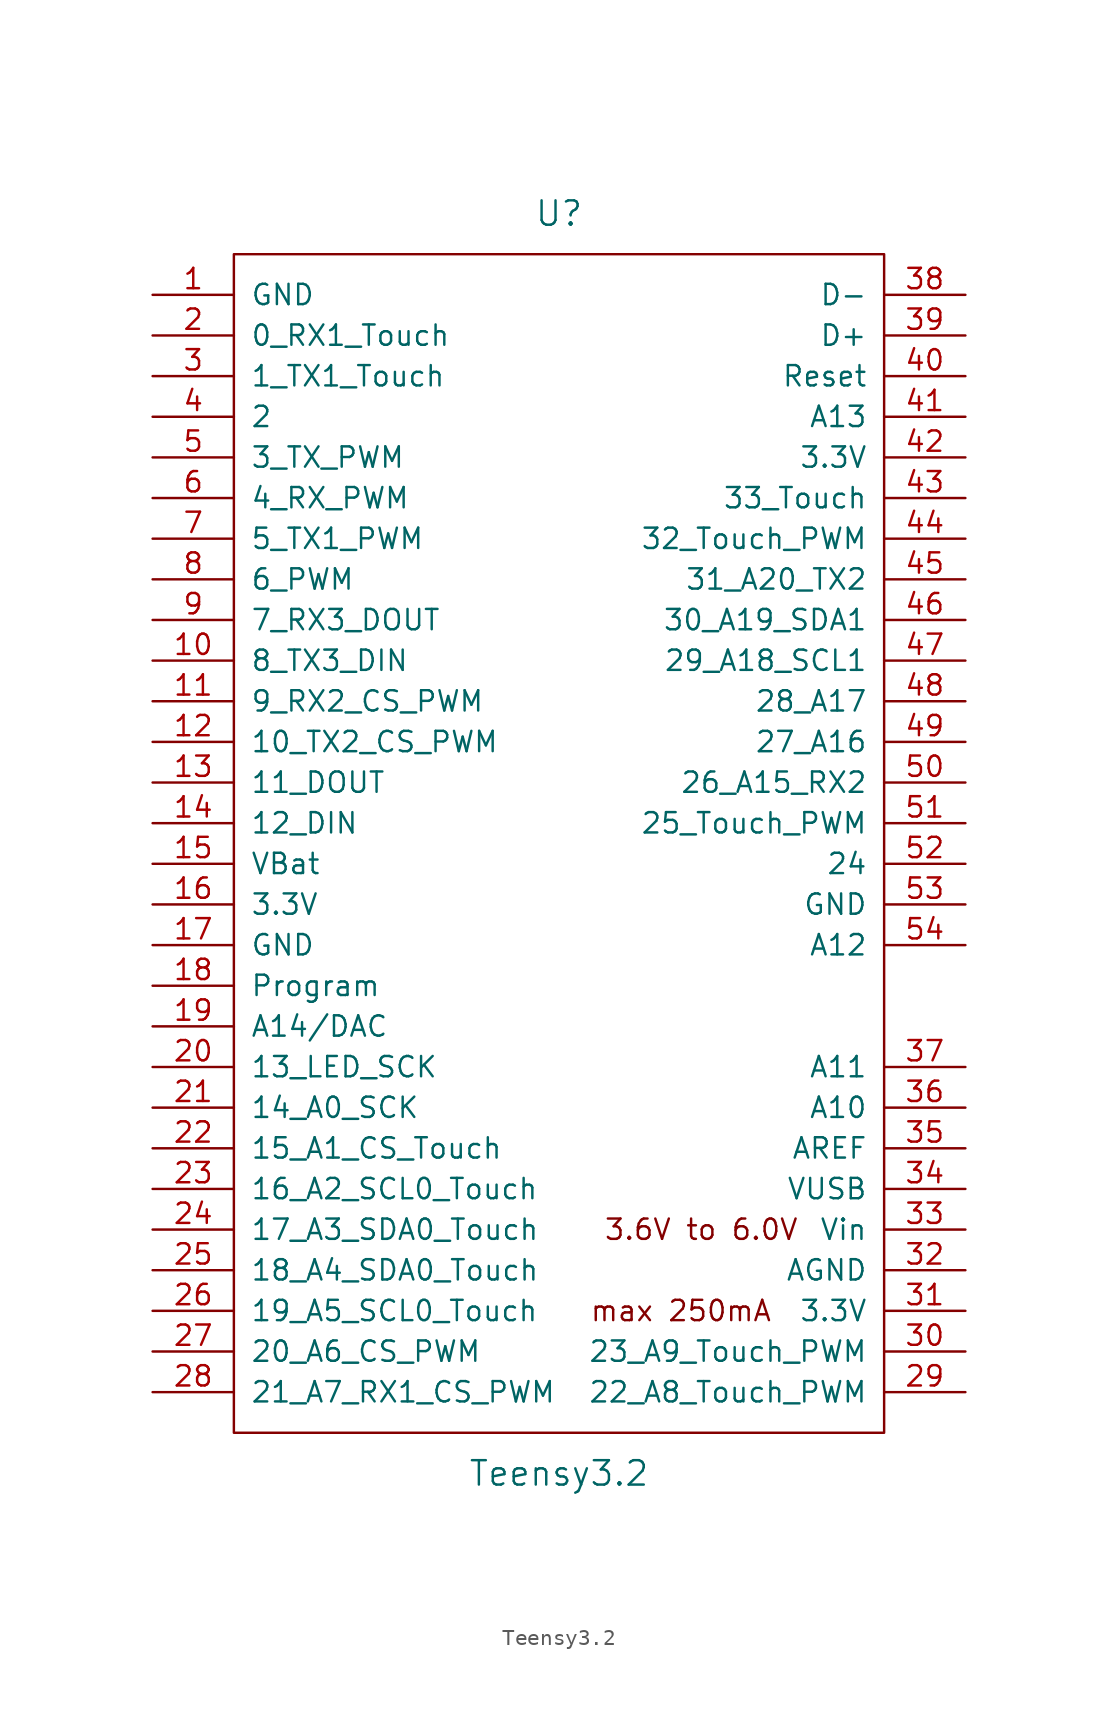
<source format=kicad_sym>
(kicad_symbol_lib
  (version 20201005)
  (generator kicad_symbol_editor)
  (symbol "teensy:Teensy3.2"
    (pin_names
      (offset 1.016))
    (property "Reference" "U"
      (at 0 39.37 0)
      (effects (font (size 1.524 1.524))))
    (property "Value" "Teensy3.2"
      (at 0 -39.37 0)
      (effects (font (size 1.524 1.524))))
    (property "Footprint" ""
      (at 0 -19.05 0)
      (effects (font (size 1.524 1.524))))
    (property "Datasheet" ""
      (at 0 -19.05 0)
      (effects (font (size 1.524 1.524))))
    (symbol "Teensy3.2_0_0"
      (text "3.6V to 6.0V" (at 8.89 -24.13 0) (effects (font (size 1.27 1.27))))
      (text "max 250mA" (at 7.62 -29.21 0) (effects (font (size 1.27 1.27)))))
    (symbol "Teensy3.2_0_1"
      (rectangle (start -20.32 -36.83) (end 20.32 36.83) (stroke (width 0)) (fill (type none))))
    (symbol "Teensy3.2_1_1"
      (pin power_in line (at -25.4 34.29 0) (length 5.08) (name "GND" (effects (font (size 1.27 1.27)))) (number "1" (effects (font (size 1.27 1.27)))))
      (pin bidirectional line (at -25.4 11.43 0) (length 5.08) (name "8_TX3_DIN" (effects (font (size 1.27 1.27)))) (number "10" (effects (font (size 1.27 1.27)))))
      (pin bidirectional line (at -25.4 8.89 0) (length 5.08) (name "9_RX2_CS_PWM" (effects (font (size 1.27 1.27)))) (number "11" (effects (font (size 1.27 1.27)))))
      (pin bidirectional line (at -25.4 6.35 0) (length 5.08) (name "10_TX2_CS_PWM" (effects (font (size 1.27 1.27)))) (number "12" (effects (font (size 1.27 1.27)))))
      (pin bidirectional line (at -25.4 3.81 0) (length 5.08) (name "11_DOUT" (effects (font (size 1.27 1.27)))) (number "13" (effects (font (size 1.27 1.27)))))
      (pin bidirectional line (at -25.4 1.27 0) (length 5.08) (name "12_DIN" (effects (font (size 1.27 1.27)))) (number "14" (effects (font (size 1.27 1.27)))))
      (pin power_in line (at -25.4 -1.27 0) (length 5.08) (name "VBat" (effects (font (size 1.27 1.27)))) (number "15" (effects (font (size 1.27 1.27)))))
      (pin power_out line (at -25.4 -3.81 0) (length 5.08) (name "3.3V" (effects (font (size 1.27 1.27)))) (number "16" (effects (font (size 1.27 1.27)))))
      (pin power_in line (at -25.4 -6.35 0) (length 5.08) (name "GND" (effects (font (size 1.27 1.27)))) (number "17" (effects (font (size 1.27 1.27)))))
      (pin input line (at -25.4 -8.89 0) (length 5.08) (name "Program" (effects (font (size 1.27 1.27)))) (number "18" (effects (font (size 1.27 1.27)))))
      (pin bidirectional line (at -25.4 -11.43 0) (length 5.08) (name "A14/DAC" (effects (font (size 1.27 1.27)))) (number "19" (effects (font (size 1.27 1.27)))))
      (pin bidirectional line (at -25.4 31.75 0) (length 5.08) (name "0_RX1_Touch" (effects (font (size 1.27 1.27)))) (number "2" (effects (font (size 1.27 1.27)))))
      (pin bidirectional line (at -25.4 -13.97 0) (length 5.08) (name "13_LED_SCK" (effects (font (size 1.27 1.27)))) (number "20" (effects (font (size 1.27 1.27)))))
      (pin bidirectional line (at -25.4 -16.51 0) (length 5.08) (name "14_A0_SCK" (effects (font (size 1.27 1.27)))) (number "21" (effects (font (size 1.27 1.27)))))
      (pin bidirectional line (at -25.4 -19.05 0) (length 5.08) (name "15_A1_CS_Touch" (effects (font (size 1.27 1.27)))) (number "22" (effects (font (size 1.27 1.27)))))
      (pin bidirectional line (at -25.4 -21.59 0) (length 5.08) (name "16_A2_SCL0_Touch" (effects (font (size 1.27 1.27)))) (number "23" (effects (font (size 1.27 1.27)))))
      (pin bidirectional line (at -25.4 -24.13 0) (length 5.08) (name "17_A3_SDA0_Touch" (effects (font (size 1.27 1.27)))) (number "24" (effects (font (size 1.27 1.27)))))
      (pin bidirectional line (at -25.4 -26.67 0) (length 5.08) (name "18_A4_SDA0_Touch" (effects (font (size 1.27 1.27)))) (number "25" (effects (font (size 1.27 1.27)))))
      (pin bidirectional line (at -25.4 -29.21 0) (length 5.08) (name "19_A5_SCL0_Touch" (effects (font (size 1.27 1.27)))) (number "26" (effects (font (size 1.27 1.27)))))
      (pin bidirectional line (at -25.4 -31.75 0) (length 5.08) (name "20_A6_CS_PWM" (effects (font (size 1.27 1.27)))) (number "27" (effects (font (size 1.27 1.27)))))
      (pin bidirectional line (at -25.4 -34.29 0) (length 5.08) (name "21_A7_RX1_CS_PWM" (effects (font (size 1.27 1.27)))) (number "28" (effects (font (size 1.27 1.27)))))
      (pin bidirectional line (at 25.4 -34.29 180) (length 5.08) (name "22_A8_Touch_PWM" (effects (font (size 1.27 1.27)))) (number "29" (effects (font (size 1.27 1.27)))))
      (pin bidirectional line (at -25.4 29.21 0) (length 5.08) (name "1_TX1_Touch" (effects (font (size 1.27 1.27)))) (number "3" (effects (font (size 1.27 1.27)))))
      (pin bidirectional line (at 25.4 -31.75 180) (length 5.08) (name "23_A9_Touch_PWM" (effects (font (size 1.27 1.27)))) (number "30" (effects (font (size 1.27 1.27)))))
      (pin power_out line (at 25.4 -29.21 180) (length 5.08) (name "3.3V" (effects (font (size 1.27 1.27)))) (number "31" (effects (font (size 1.27 1.27)))))
      (pin power_out line (at 25.4 -26.67 180) (length 5.08) (name "AGND" (effects (font (size 1.27 1.27)))) (number "32" (effects (font (size 1.27 1.27)))))
      (pin power_in line (at 25.4 -24.13 180) (length 5.08) (name "Vin" (effects (font (size 1.27 1.27)))) (number "33" (effects (font (size 1.27 1.27)))))
      (pin power_in line (at 25.4 -21.59 180) (length 5.08) (name "VUSB" (effects (font (size 1.27 1.27)))) (number "34" (effects (font (size 1.27 1.27)))))
      (pin input line (at 25.4 -19.05 180) (length 5.08) (name "AREF" (effects (font (size 1.27 1.27)))) (number "35" (effects (font (size 1.27 1.27)))))
      (pin bidirectional line (at 25.4 -16.51 180) (length 5.08) (name "A10" (effects (font (size 1.27 1.27)))) (number "36" (effects (font (size 1.27 1.27)))))
      (pin bidirectional line (at 25.4 -13.97 180) (length 5.08) (name "A11" (effects (font (size 1.27 1.27)))) (number "37" (effects (font (size 1.27 1.27)))))
      (pin bidirectional line (at 25.4 34.29 180) (length 5.08) (name "D-" (effects (font (size 1.27 1.27)))) (number "38" (effects (font (size 1.27 1.27)))))
      (pin bidirectional line (at 25.4 31.75 180) (length 5.08) (name "D+" (effects (font (size 1.27 1.27)))) (number "39" (effects (font (size 1.27 1.27)))))
      (pin bidirectional line (at -25.4 26.67 0) (length 5.08) (name "2" (effects (font (size 1.27 1.27)))) (number "4" (effects (font (size 1.27 1.27)))))
      (pin input line (at 25.4 29.21 180) (length 5.08) (name "Reset" (effects (font (size 1.27 1.27)))) (number "40" (effects (font (size 1.27 1.27)))))
      (pin bidirectional line (at 25.4 26.67 180) (length 5.08) (name "A13" (effects (font (size 1.27 1.27)))) (number "41" (effects (font (size 1.27 1.27)))))
      (pin power_out line (at 25.4 24.13 180) (length 5.08) (name "3.3V" (effects (font (size 1.27 1.27)))) (number "42" (effects (font (size 1.27 1.27)))))
      (pin bidirectional line (at 25.4 21.59 180) (length 5.08) (name "33_Touch" (effects (font (size 1.27 1.27)))) (number "43" (effects (font (size 1.27 1.27)))))
      (pin bidirectional line (at 25.4 19.05 180) (length 5.08) (name "32_Touch_PWM" (effects (font (size 1.27 1.27)))) (number "44" (effects (font (size 1.27 1.27)))))
      (pin bidirectional line (at 25.4 16.51 180) (length 5.08) (name "31_A20_TX2" (effects (font (size 1.27 1.27)))) (number "45" (effects (font (size 1.27 1.27)))))
      (pin bidirectional line (at 25.4 13.97 180) (length 5.08) (name "30_A19_SDA1" (effects (font (size 1.27 1.27)))) (number "46" (effects (font (size 1.27 1.27)))))
      (pin bidirectional line (at 25.4 11.43 180) (length 5.08) (name "29_A18_SCL1" (effects (font (size 1.27 1.27)))) (number "47" (effects (font (size 1.27 1.27)))))
      (pin bidirectional line (at 25.4 8.89 180) (length 5.08) (name "28_A17" (effects (font (size 1.27 1.27)))) (number "48" (effects (font (size 1.27 1.27)))))
      (pin bidirectional line (at 25.4 6.35 180) (length 5.08) (name "27_A16" (effects (font (size 1.27 1.27)))) (number "49" (effects (font (size 1.27 1.27)))))
      (pin bidirectional line (at -25.4 24.13 0) (length 5.08) (name "3_TX_PWM" (effects (font (size 1.27 1.27)))) (number "5" (effects (font (size 1.27 1.27)))))
      (pin bidirectional line (at 25.4 3.81 180) (length 5.08) (name "26_A15_RX2" (effects (font (size 1.27 1.27)))) (number "50" (effects (font (size 1.27 1.27)))))
      (pin bidirectional line (at 25.4 1.27 180) (length 5.08) (name "25_Touch_PWM" (effects (font (size 1.27 1.27)))) (number "51" (effects (font (size 1.27 1.27)))))
      (pin bidirectional line (at 25.4 -1.27 180) (length 5.08) (name "24" (effects (font (size 1.27 1.27)))) (number "52" (effects (font (size 1.27 1.27)))))
      (pin power_in line (at 25.4 -3.81 180) (length 5.08) (name "GND" (effects (font (size 1.27 1.27)))) (number "53" (effects (font (size 1.27 1.27)))))
      (pin bidirectional line (at 25.4 -6.35 180) (length 5.08) (name "A12" (effects (font (size 1.27 1.27)))) (number "54" (effects (font (size 1.27 1.27)))))
      (pin bidirectional line (at -25.4 21.59 0) (length 5.08) (name "4_RX_PWM" (effects (font (size 1.27 1.27)))) (number "6" (effects (font (size 1.27 1.27)))))
      (pin bidirectional line (at -25.4 19.05 0) (length 5.08) (name "5_TX1_PWM" (effects (font (size 1.27 1.27)))) (number "7" (effects (font (size 1.27 1.27)))))
      (pin bidirectional line (at -25.4 16.51 0) (length 5.08) (name "6_PWM" (effects (font (size 1.27 1.27)))) (number "8" (effects (font (size 1.27 1.27)))))
      (pin bidirectional line (at -25.4 13.97 0) (length 5.08) (name "7_RX3_DOUT" (effects (font (size 1.27 1.27)))) (number "9" (effects (font (size 1.27 1.27))))))))
</source>
